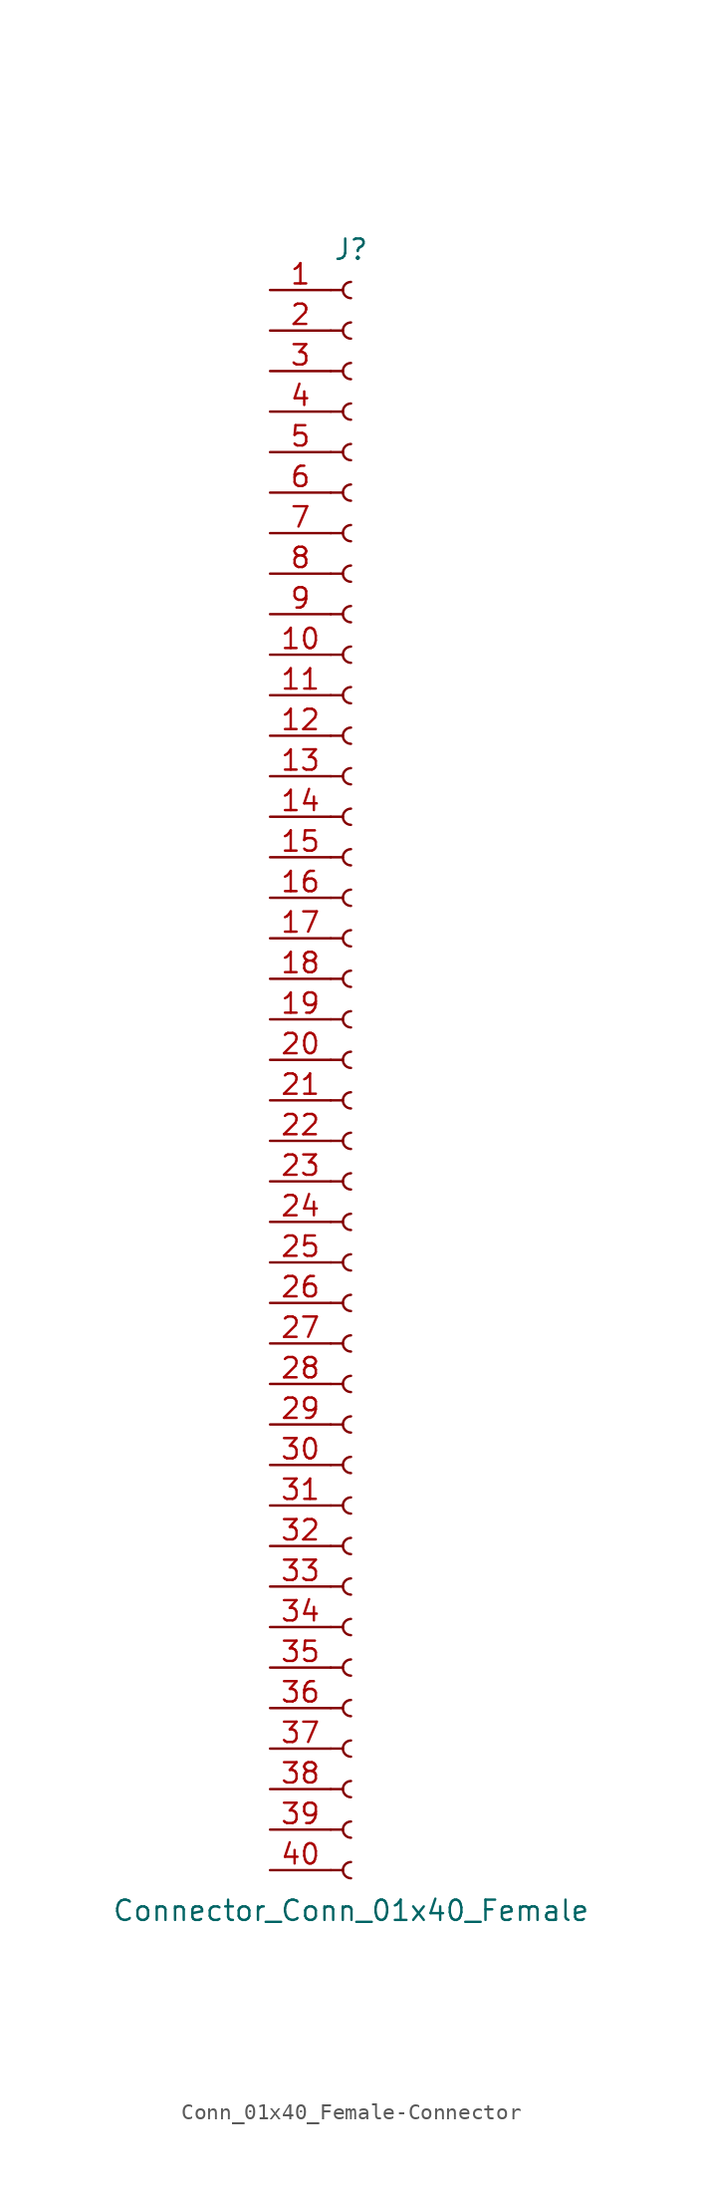
<source format=kicad_sym>
(kicad_symbol_lib
  (version 20220914)
  (generator kicad_symbol_editor)
  (symbol "Conn_01x40_Female-Connector"
    (pin_names
      (offset 1.016) hide)
    (property "Reference" "J"
      (at 0 50.8 0)
      (effects (font (size 1.27 1.27))))
    (property "Value" "Connector_Conn_01x40_Female"
      (at 0 -53.34 0)
      (effects (font (size 1.27 1.27))))
    (symbol "Conn_01x40_Female-Connector_1_1"
      (arc (start 0 -50.292) (mid -0.5058 -50.8) (end 0 -51.308) (stroke (width 0.1524) (type solid)) (fill (type none)))
      (arc (start 0 -47.752) (mid -0.5058 -48.26) (end 0 -48.768) (stroke (width 0.1524) (type solid)) (fill (type none)))
      (arc (start 0 -45.212) (mid -0.5058 -45.72) (end 0 -46.228) (stroke (width 0.1524) (type solid)) (fill (type none)))
      (arc (start 0 -42.672) (mid -0.5058 -43.18) (end 0 -43.688) (stroke (width 0.1524) (type solid)) (fill (type none)))
      (arc (start 0 -40.132) (mid -0.5058 -40.64) (end 0 -41.148) (stroke (width 0.1524) (type solid)) (fill (type none)))
      (arc (start 0 -37.592) (mid -0.5058 -38.1) (end 0 -38.608) (stroke (width 0.1524) (type solid)) (fill (type none)))
      (arc (start 0 -35.052) (mid -0.5058 -35.56) (end 0 -36.068) (stroke (width 0.1524) (type solid)) (fill (type none)))
      (arc (start 0 -32.512) (mid -0.5058 -33.02) (end 0 -33.528) (stroke (width 0.1524) (type solid)) (fill (type none)))
      (arc (start 0 -29.972) (mid -0.5058 -30.48) (end 0 -30.988) (stroke (width 0.1524) (type solid)) (fill (type none)))
      (arc (start 0 -27.432) (mid -0.5058 -27.94) (end 0 -28.448) (stroke (width 0.1524) (type solid)) (fill (type none)))
      (arc (start 0 -24.892) (mid -0.5058 -25.4) (end 0 -25.908) (stroke (width 0.1524) (type solid)) (fill (type none)))
      (arc (start 0 -22.352) (mid -0.5058 -22.86) (end 0 -23.368) (stroke (width 0.1524) (type solid)) (fill (type none)))
      (arc (start 0 -19.812) (mid -0.5058 -20.32) (end 0 -20.828) (stroke (width 0.1524) (type solid)) (fill (type none)))
      (arc (start 0 -17.272) (mid -0.5058 -17.78) (end 0 -18.288) (stroke (width 0.1524) (type solid)) (fill (type none)))
      (arc (start 0 -14.732) (mid -0.5058 -15.24) (end 0 -15.748) (stroke (width 0.1524) (type solid)) (fill (type none)))
      (arc (start 0 -12.192) (mid -0.5058 -12.7) (end 0 -13.208) (stroke (width 0.1524) (type solid)) (fill (type none)))
      (arc (start 0 -9.652) (mid -0.5058 -10.16) (end 0 -10.668) (stroke (width 0.1524) (type solid)) (fill (type none)))
      (arc (start 0 -7.112) (mid -0.5058 -7.62) (end 0 -8.128) (stroke (width 0.1524) (type solid)) (fill (type none)))
      (arc (start 0 -4.572) (mid -0.5058 -5.08) (end 0 -5.588) (stroke (width 0.1524) (type solid)) (fill (type none)))
      (arc (start 0 -2.032) (mid -0.5058 -2.54) (end 0 -3.048) (stroke (width 0.1524) (type solid)) (fill (type none)))
      (polyline (pts (xy -1.27 -50.8) (xy -0.508 -50.8)) (stroke (width 0.152) (type solid)) (fill (type none)))
      (polyline (pts (xy -1.27 -48.26) (xy -0.508 -48.26)) (stroke (width 0.152) (type solid)) (fill (type none)))
      (polyline (pts (xy -1.27 -45.72) (xy -0.508 -45.72)) (stroke (width 0.152) (type solid)) (fill (type none)))
      (polyline (pts (xy -1.27 -43.18) (xy -0.508 -43.18)) (stroke (width 0.152) (type solid)) (fill (type none)))
      (polyline (pts (xy -1.27 -40.64) (xy -0.508 -40.64)) (stroke (width 0.152) (type solid)) (fill (type none)))
      (polyline (pts (xy -1.27 -38.1) (xy -0.508 -38.1)) (stroke (width 0.152) (type solid)) (fill (type none)))
      (polyline (pts (xy -1.27 -35.56) (xy -0.508 -35.56)) (stroke (width 0.152) (type solid)) (fill (type none)))
      (polyline (pts (xy -1.27 -33.02) (xy -0.508 -33.02)) (stroke (width 0.152) (type solid)) (fill (type none)))
      (polyline (pts (xy -1.27 -30.48) (xy -0.508 -30.48)) (stroke (width 0.152) (type solid)) (fill (type none)))
      (polyline (pts (xy -1.27 -27.94) (xy -0.508 -27.94)) (stroke (width 0.152) (type solid)) (fill (type none)))
      (polyline (pts (xy -1.27 -25.4) (xy -0.508 -25.4)) (stroke (width 0.152) (type solid)) (fill (type none)))
      (polyline (pts (xy -1.27 -22.86) (xy -0.508 -22.86)) (stroke (width 0.152) (type solid)) (fill (type none)))
      (polyline (pts (xy -1.27 -20.32) (xy -0.508 -20.32)) (stroke (width 0.152) (type solid)) (fill (type none)))
      (polyline (pts (xy -1.27 -17.78) (xy -0.508 -17.78)) (stroke (width 0.152) (type solid)) (fill (type none)))
      (polyline (pts (xy -1.27 -15.24) (xy -0.508 -15.24)) (stroke (width 0.152) (type solid)) (fill (type none)))
      (polyline (pts (xy -1.27 -12.7) (xy -0.508 -12.7)) (stroke (width 0.152) (type solid)) (fill (type none)))
      (polyline (pts (xy -1.27 -10.16) (xy -0.508 -10.16)) (stroke (width 0.152) (type solid)) (fill (type none)))
      (polyline (pts (xy -1.27 -7.62) (xy -0.508 -7.62)) (stroke (width 0.152) (type solid)) (fill (type none)))
      (polyline (pts (xy -1.27 -5.08) (xy -0.508 -5.08)) (stroke (width 0.152) (type solid)) (fill (type none)))
      (polyline (pts (xy -1.27 -2.54) (xy -0.508 -2.54)) (stroke (width 0.152) (type solid)) (fill (type none)))
      (polyline (pts (xy -1.27 0) (xy -0.508 0)) (stroke (width 0.152) (type solid)) (fill (type none)))
      (polyline (pts (xy -1.27 2.54) (xy -0.508 2.54)) (stroke (width 0.152) (type solid)) (fill (type none)))
      (polyline (pts (xy -1.27 5.08) (xy -0.508 5.08)) (stroke (width 0.152) (type solid)) (fill (type none)))
      (polyline (pts (xy -1.27 7.62) (xy -0.508 7.62)) (stroke (width 0.152) (type solid)) (fill (type none)))
      (polyline (pts (xy -1.27 10.16) (xy -0.508 10.16)) (stroke (width 0.152) (type solid)) (fill (type none)))
      (polyline (pts (xy -1.27 12.7) (xy -0.508 12.7)) (stroke (width 0.152) (type solid)) (fill (type none)))
      (polyline (pts (xy -1.27 15.24) (xy -0.508 15.24)) (stroke (width 0.152) (type solid)) (fill (type none)))
      (polyline (pts (xy -1.27 17.78) (xy -0.508 17.78)) (stroke (width 0.152) (type solid)) (fill (type none)))
      (polyline (pts (xy -1.27 20.32) (xy -0.508 20.32)) (stroke (width 0.152) (type solid)) (fill (type none)))
      (polyline (pts (xy -1.27 22.86) (xy -0.508 22.86)) (stroke (width 0.152) (type solid)) (fill (type none)))
      (polyline (pts (xy -1.27 25.4) (xy -0.508 25.4)) (stroke (width 0.152) (type solid)) (fill (type none)))
      (polyline (pts (xy -1.27 27.94) (xy -0.508 27.94)) (stroke (width 0.152) (type solid)) (fill (type none)))
      (polyline (pts (xy -1.27 30.48) (xy -0.508 30.48)) (stroke (width 0.152) (type solid)) (fill (type none)))
      (polyline (pts (xy -1.27 33.02) (xy -0.508 33.02)) (stroke (width 0.152) (type solid)) (fill (type none)))
      (polyline (pts (xy -1.27 35.56) (xy -0.508 35.56)) (stroke (width 0.152) (type solid)) (fill (type none)))
      (polyline (pts (xy -1.27 38.1) (xy -0.508 38.1)) (stroke (width 0.152) (type solid)) (fill (type none)))
      (polyline (pts (xy -1.27 40.64) (xy -0.508 40.64)) (stroke (width 0.152) (type solid)) (fill (type none)))
      (polyline (pts (xy -1.27 43.18) (xy -0.508 43.18)) (stroke (width 0.152) (type solid)) (fill (type none)))
      (polyline (pts (xy -1.27 45.72) (xy -0.508 45.72)) (stroke (width 0.152) (type solid)) (fill (type none)))
      (polyline (pts (xy -1.27 48.26) (xy -0.508 48.26)) (stroke (width 0.152) (type solid)) (fill (type none)))
      (arc (start 0 0.508) (mid -0.5058 0) (end 0 -0.508) (stroke (width 0.1524) (type solid)) (fill (type none)))
      (arc (start 0 3.048) (mid -0.5058 2.54) (end 0 2.032) (stroke (width 0.1524) (type solid)) (fill (type none)))
      (arc (start 0 5.588) (mid -0.5058 5.08) (end 0 4.572) (stroke (width 0.1524) (type solid)) (fill (type none)))
      (arc (start 0 8.128) (mid -0.5058 7.62) (end 0 7.112) (stroke (width 0.1524) (type solid)) (fill (type none)))
      (arc (start 0 10.668) (mid -0.5058 10.16) (end 0 9.652) (stroke (width 0.1524) (type solid)) (fill (type none)))
      (arc (start 0 13.208) (mid -0.5058 12.7) (end 0 12.192) (stroke (width 0.1524) (type solid)) (fill (type none)))
      (arc (start 0 15.748) (mid -0.5058 15.24) (end 0 14.732) (stroke (width 0.1524) (type solid)) (fill (type none)))
      (arc (start 0 18.288) (mid -0.5058 17.78) (end 0 17.272) (stroke (width 0.1524) (type solid)) (fill (type none)))
      (arc (start 0 20.828) (mid -0.5058 20.32) (end 0 19.812) (stroke (width 0.1524) (type solid)) (fill (type none)))
      (arc (start 0 23.368) (mid -0.5058 22.86) (end 0 22.352) (stroke (width 0.1524) (type solid)) (fill (type none)))
      (arc (start 0 25.908) (mid -0.5058 25.4) (end 0 24.892) (stroke (width 0.1524) (type solid)) (fill (type none)))
      (arc (start 0 28.448) (mid -0.5058 27.94) (end 0 27.432) (stroke (width 0.1524) (type solid)) (fill (type none)))
      (arc (start 0 30.988) (mid -0.5058 30.48) (end 0 29.972) (stroke (width 0.1524) (type solid)) (fill (type none)))
      (arc (start 0 33.528) (mid -0.5058 33.02) (end 0 32.512) (stroke (width 0.1524) (type solid)) (fill (type none)))
      (arc (start 0 36.068) (mid -0.5058 35.56) (end 0 35.052) (stroke (width 0.1524) (type solid)) (fill (type none)))
      (arc (start 0 38.608) (mid -0.5058 38.1) (end 0 37.592) (stroke (width 0.1524) (type solid)) (fill (type none)))
      (arc (start 0 41.148) (mid -0.5058 40.64) (end 0 40.132) (stroke (width 0.1524) (type solid)) (fill (type none)))
      (arc (start 0 43.688) (mid -0.5058 43.18) (end 0 42.672) (stroke (width 0.1524) (type solid)) (fill (type none)))
      (arc (start 0 46.228) (mid -0.5058 45.72) (end 0 45.212) (stroke (width 0.1524) (type solid)) (fill (type none)))
      (arc (start 0 48.768) (mid -0.5058 48.26) (end 0 47.752) (stroke (width 0.1524) (type solid)) (fill (type none)))
      (pin passive line (at -5.08 48.26 0) (length 3.81) (name "Pin_1" (effects (font (size 1.27 1.27)))) (number "1" (effects (font (size 1.27 1.27)))))
      (pin passive line (at -5.08 25.4 0) (length 3.81) (name "Pin_10" (effects (font (size 1.27 1.27)))) (number "10" (effects (font (size 1.27 1.27)))))
      (pin passive line (at -5.08 22.86 0) (length 3.81) (name "Pin_11" (effects (font (size 1.27 1.27)))) (number "11" (effects (font (size 1.27 1.27)))))
      (pin passive line (at -5.08 20.32 0) (length 3.81) (name "Pin_12" (effects (font (size 1.27 1.27)))) (number "12" (effects (font (size 1.27 1.27)))))
      (pin passive line (at -5.08 17.78 0) (length 3.81) (name "Pin_13" (effects (font (size 1.27 1.27)))) (number "13" (effects (font (size 1.27 1.27)))))
      (pin passive line (at -5.08 15.24 0) (length 3.81) (name "Pin_14" (effects (font (size 1.27 1.27)))) (number "14" (effects (font (size 1.27 1.27)))))
      (pin passive line (at -5.08 12.7 0) (length 3.81) (name "Pin_15" (effects (font (size 1.27 1.27)))) (number "15" (effects (font (size 1.27 1.27)))))
      (pin passive line (at -5.08 10.16 0) (length 3.81) (name "Pin_16" (effects (font (size 1.27 1.27)))) (number "16" (effects (font (size 1.27 1.27)))))
      (pin passive line (at -5.08 7.62 0) (length 3.81) (name "Pin_17" (effects (font (size 1.27 1.27)))) (number "17" (effects (font (size 1.27 1.27)))))
      (pin passive line (at -5.08 5.08 0) (length 3.81) (name "Pin_18" (effects (font (size 1.27 1.27)))) (number "18" (effects (font (size 1.27 1.27)))))
      (pin passive line (at -5.08 2.54 0) (length 3.81) (name "Pin_19" (effects (font (size 1.27 1.27)))) (number "19" (effects (font (size 1.27 1.27)))))
      (pin passive line (at -5.08 45.72 0) (length 3.81) (name "Pin_2" (effects (font (size 1.27 1.27)))) (number "2" (effects (font (size 1.27 1.27)))))
      (pin passive line (at -5.08 0 0) (length 3.81) (name "Pin_20" (effects (font (size 1.27 1.27)))) (number "20" (effects (font (size 1.27 1.27)))))
      (pin passive line (at -5.08 -2.54 0) (length 3.81) (name "Pin_21" (effects (font (size 1.27 1.27)))) (number "21" (effects (font (size 1.27 1.27)))))
      (pin passive line (at -5.08 -5.08 0) (length 3.81) (name "Pin_22" (effects (font (size 1.27 1.27)))) (number "22" (effects (font (size 1.27 1.27)))))
      (pin passive line (at -5.08 -7.62 0) (length 3.81) (name "Pin_23" (effects (font (size 1.27 1.27)))) (number "23" (effects (font (size 1.27 1.27)))))
      (pin passive line (at -5.08 -10.16 0) (length 3.81) (name "Pin_24" (effects (font (size 1.27 1.27)))) (number "24" (effects (font (size 1.27 1.27)))))
      (pin passive line (at -5.08 -12.7 0) (length 3.81) (name "Pin_25" (effects (font (size 1.27 1.27)))) (number "25" (effects (font (size 1.27 1.27)))))
      (pin passive line (at -5.08 -15.24 0) (length 3.81) (name "Pin_26" (effects (font (size 1.27 1.27)))) (number "26" (effects (font (size 1.27 1.27)))))
      (pin passive line (at -5.08 -17.78 0) (length 3.81) (name "Pin_27" (effects (font (size 1.27 1.27)))) (number "27" (effects (font (size 1.27 1.27)))))
      (pin passive line (at -5.08 -20.32 0) (length 3.81) (name "Pin_28" (effects (font (size 1.27 1.27)))) (number "28" (effects (font (size 1.27 1.27)))))
      (pin passive line (at -5.08 -22.86 0) (length 3.81) (name "Pin_29" (effects (font (size 1.27 1.27)))) (number "29" (effects (font (size 1.27 1.27)))))
      (pin passive line (at -5.08 43.18 0) (length 3.81) (name "Pin_3" (effects (font (size 1.27 1.27)))) (number "3" (effects (font (size 1.27 1.27)))))
      (pin passive line (at -5.08 -25.4 0) (length 3.81) (name "Pin_30" (effects (font (size 1.27 1.27)))) (number "30" (effects (font (size 1.27 1.27)))))
      (pin passive line (at -5.08 -27.94 0) (length 3.81) (name "Pin_31" (effects (font (size 1.27 1.27)))) (number "31" (effects (font (size 1.27 1.27)))))
      (pin passive line (at -5.08 -30.48 0) (length 3.81) (name "Pin_32" (effects (font (size 1.27 1.27)))) (number "32" (effects (font (size 1.27 1.27)))))
      (pin passive line (at -5.08 -33.02 0) (length 3.81) (name "Pin_33" (effects (font (size 1.27 1.27)))) (number "33" (effects (font (size 1.27 1.27)))))
      (pin passive line (at -5.08 -35.56 0) (length 3.81) (name "Pin_34" (effects (font (size 1.27 1.27)))) (number "34" (effects (font (size 1.27 1.27)))))
      (pin passive line (at -5.08 -38.1 0) (length 3.81) (name "Pin_35" (effects (font (size 1.27 1.27)))) (number "35" (effects (font (size 1.27 1.27)))))
      (pin passive line (at -5.08 -40.64 0) (length 3.81) (name "Pin_36" (effects (font (size 1.27 1.27)))) (number "36" (effects (font (size 1.27 1.27)))))
      (pin passive line (at -5.08 -43.18 0) (length 3.81) (name "Pin_37" (effects (font (size 1.27 1.27)))) (number "37" (effects (font (size 1.27 1.27)))))
      (pin passive line (at -5.08 -45.72 0) (length 3.81) (name "Pin_38" (effects (font (size 1.27 1.27)))) (number "38" (effects (font (size 1.27 1.27)))))
      (pin passive line (at -5.08 -48.26 0) (length 3.81) (name "Pin_39" (effects (font (size 1.27 1.27)))) (number "39" (effects (font (size 1.27 1.27)))))
      (pin passive line (at -5.08 40.64 0) (length 3.81) (name "Pin_4" (effects (font (size 1.27 1.27)))) (number "4" (effects (font (size 1.27 1.27)))))
      (pin passive line (at -5.08 -50.8 0) (length 3.81) (name "Pin_40" (effects (font (size 1.27 1.27)))) (number "40" (effects (font (size 1.27 1.27)))))
      (pin passive line (at -5.08 38.1 0) (length 3.81) (name "Pin_5" (effects (font (size 1.27 1.27)))) (number "5" (effects (font (size 1.27 1.27)))))
      (pin passive line (at -5.08 35.56 0) (length 3.81) (name "Pin_6" (effects (font (size 1.27 1.27)))) (number "6" (effects (font (size 1.27 1.27)))))
      (pin passive line (at -5.08 33.02 0) (length 3.81) (name "Pin_7" (effects (font (size 1.27 1.27)))) (number "7" (effects (font (size 1.27 1.27)))))
      (pin passive line (at -5.08 30.48 0) (length 3.81) (name "Pin_8" (effects (font (size 1.27 1.27)))) (number "8" (effects (font (size 1.27 1.27)))))
      (pin passive line (at -5.08 27.94 0) (length 3.81) (name "Pin_9" (effects (font (size 1.27 1.27)))) (number "9" (effects (font (size 1.27 1.27))))))))
</source>
